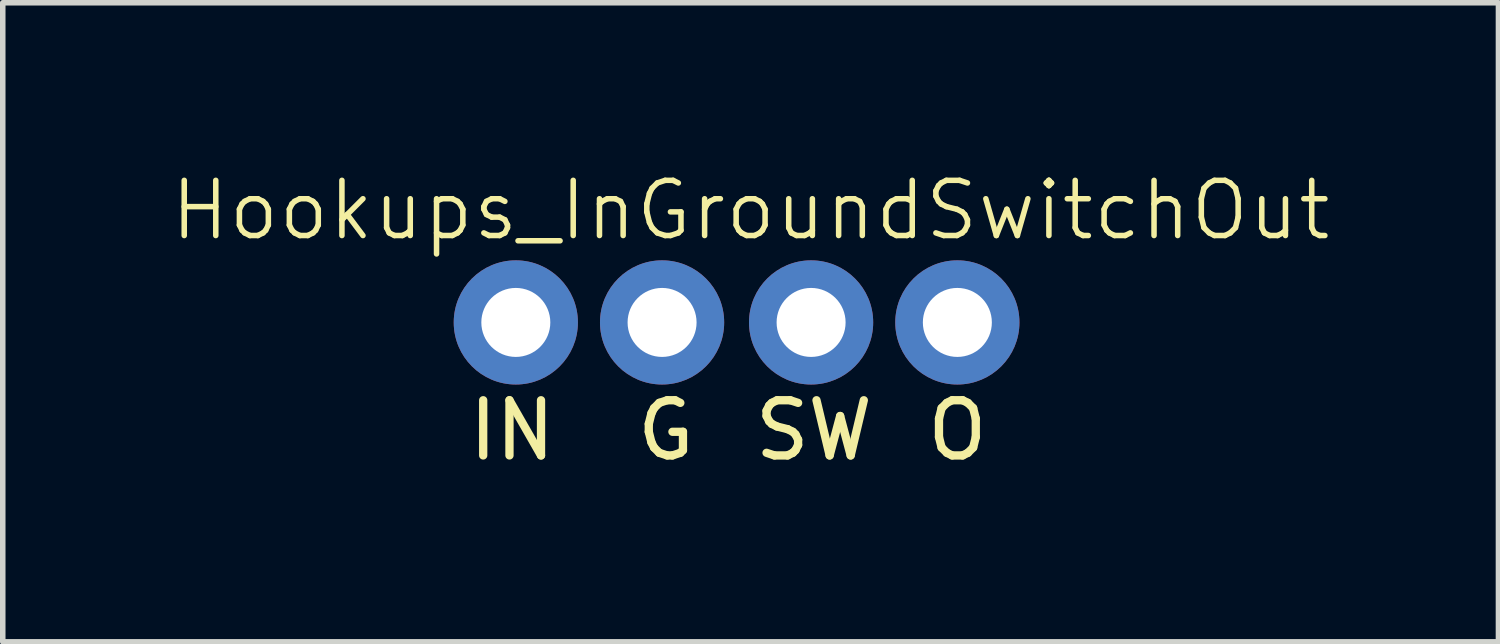
<source format=kicad_pcb>
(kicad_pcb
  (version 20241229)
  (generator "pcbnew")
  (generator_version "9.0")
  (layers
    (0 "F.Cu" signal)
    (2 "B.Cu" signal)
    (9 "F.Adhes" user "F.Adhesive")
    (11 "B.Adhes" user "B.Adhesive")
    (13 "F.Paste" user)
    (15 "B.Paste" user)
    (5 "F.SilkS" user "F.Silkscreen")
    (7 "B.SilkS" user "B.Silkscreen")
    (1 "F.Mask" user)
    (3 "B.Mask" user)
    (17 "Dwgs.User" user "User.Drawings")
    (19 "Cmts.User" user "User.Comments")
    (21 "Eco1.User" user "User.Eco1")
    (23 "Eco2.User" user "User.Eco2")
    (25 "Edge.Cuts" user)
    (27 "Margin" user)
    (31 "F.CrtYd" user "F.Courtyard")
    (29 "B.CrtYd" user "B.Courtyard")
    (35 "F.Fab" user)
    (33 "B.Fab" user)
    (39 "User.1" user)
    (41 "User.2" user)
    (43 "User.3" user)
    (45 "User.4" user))
  (footprint "Hookups_InGroundSwitchOut"
    (layer "F.Cu")
    (at 10.296 2.792)
    (property "Reference" "Hookups_InGroundSwitchOut" (at 0.254 -2.032 0) (unlocked yes) (layer "F.SilkS") (effects (font (size 1 1) (thickness 0.1))))
    (attr through_hole)
    (fp_text user "O" (at 3.378 2.54 0) (unlocked yes) (layer "F.SilkS") (effects (font (size 1 1) (thickness 0.15)) (justify left bottom)))
    (fp_text user "G" (at -1.88 2.54 0) (unlocked yes) (layer "F.SilkS") (effects (font (size 1 1) (thickness 0.15)) (justify left bottom)))
    (fp_text user "IN" (at -4.928 2.54 0) (unlocked yes) (layer "F.SilkS") (effects (font (size 1 1) (thickness 0.15)) (justify left bottom)))
    (fp_text user "SW" (at 0.254 2.54 0) (unlocked yes) (layer "F.SilkS") (effects (font (size 1 1) (thickness 0.15)) (justify left bottom)))
    (pad "1" thru_hole circle (at -4 0) (size 2.25 2.25) (drill 1.25) (layers "*.Cu" "*.Mask"))
    (pad "2" thru_hole circle (at -1.35 0) (size 2.25 2.25) (drill 1.25) (layers "*.Cu" "*.Mask"))
    (pad "3" thru_hole circle (at 1.35 0) (size 2.25 2.25) (drill 1.25) (layers "*.Cu" "*.Mask"))
    (pad "4" thru_hole circle (at 4 0) (size 2.25 2.25) (drill 1.25) (layers "*.Cu" "*.Mask")))
  (gr_rect
    (start -3 -3)
    (end 24.1 8.579)
    (stroke (width 0.1) (type default))
    (fill no)
    (layer "Edge.Cuts")))
</source>
